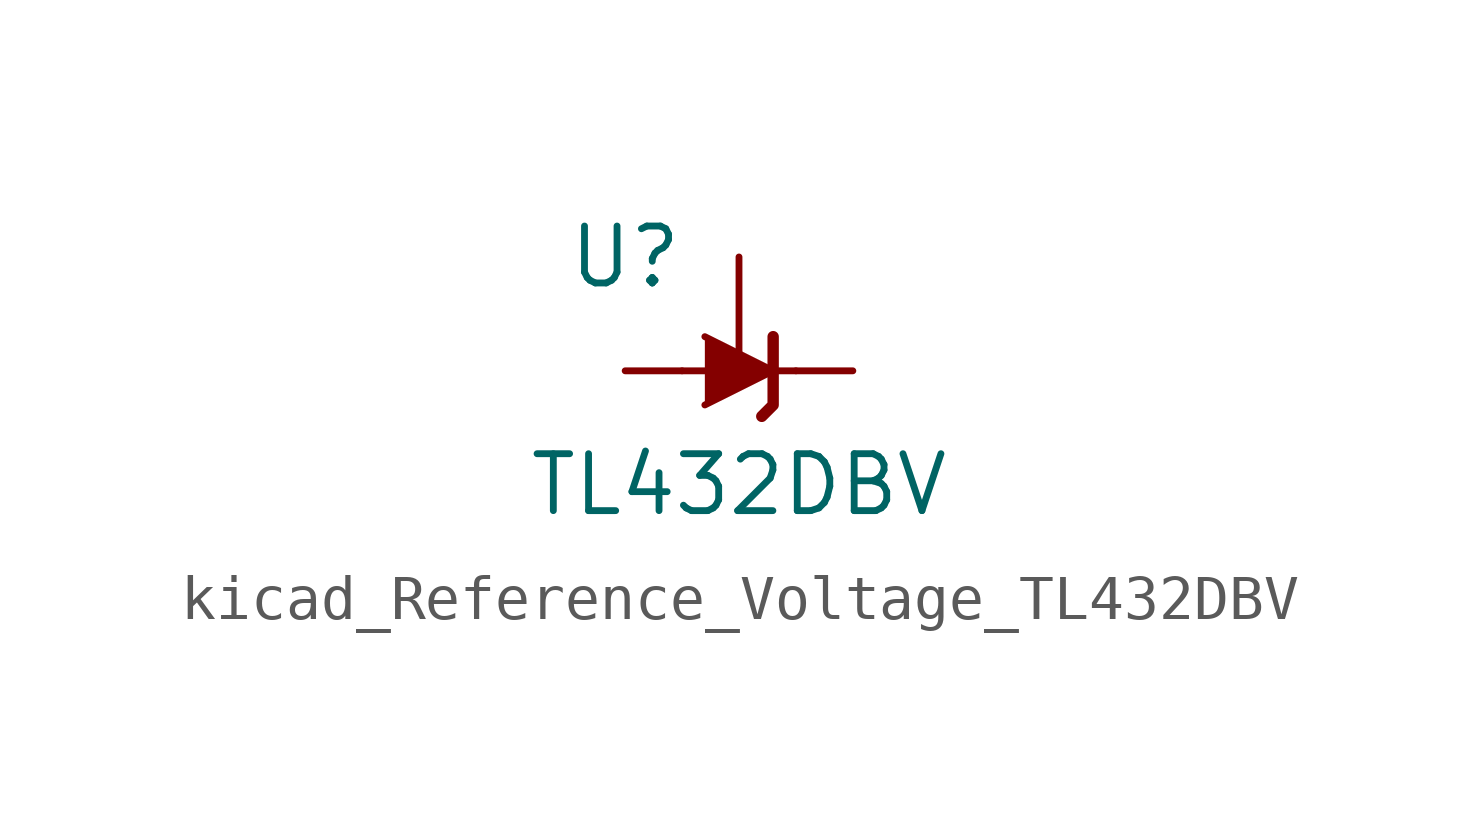
<source format=kicad_sym>
(kicad_symbol_lib
  (version 20220914)
  (generator kicad_symbol_editor)
  (symbol "kicad_Reference_Voltage_TL432DBV"
    (pin_numbers hide)
    (pin_names hide)
    (property "Reference" "U"
      (at -2.54 2.54 0)
      (effects (font (size 1.27 1.27))))
    (property "Value" "TL432DBV"
      (at 0 -2.54 0)
      (effects (font (size 1.27 1.27))))
    (symbol "kicad_Reference_Voltage_TL432DBV_0_1"
      (polyline (pts (xy -1.27 0) (xy 0 0) (xy 1.27 0)) (stroke (width 0) (type default)) (fill (type none)))
      (polyline (pts (xy -0.762 0.762) (xy 0.762 0) (xy -0.762 -0.762)) (stroke (width 0) (type default)) (fill (type outline)))
      (polyline (pts (xy 0.508 -1.016) (xy 0.762 -0.762) (xy 0.762 0.762) (xy 0.762 0.762)) (stroke (width 0.254) (type default)) (fill (type none))))
    (symbol "kicad_Reference_Voltage_TL432DBV_1_1"
      (pin passive line (at -2.54 0 0) (length 1.27) (name "A" (effects (font (size 1.27 1.27)))) (number "2" (effects (font (size 1.27 1.27)))))
      (pin passive line (at 2.54 0 180) (length 1.27) (name "K" (effects (font (size 1.27 1.27)))) (number "4" (effects (font (size 1.27 1.27)))))
      (pin passive line (at 0 2.54 270) (length 2.54) (name "REF" (effects (font (size 1.27 1.27)))) (number "5" (effects (font (size 1.27 1.27))))))))
</source>
